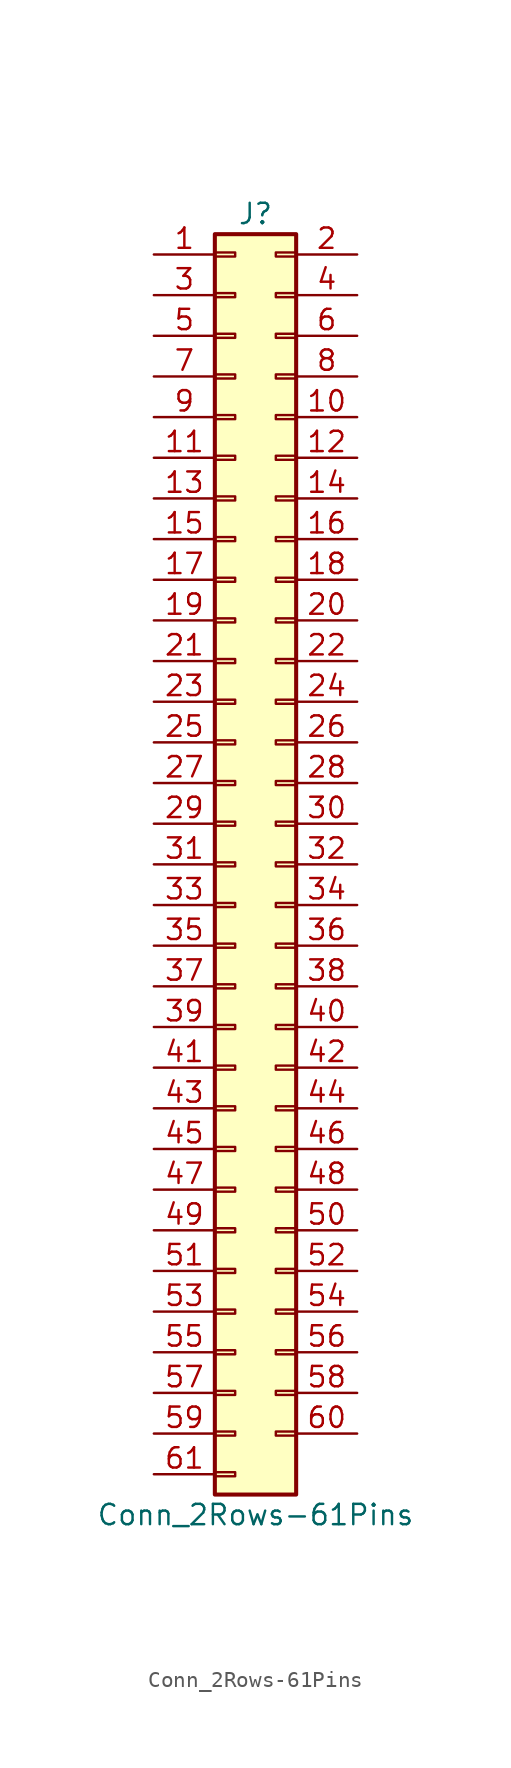
<source format=kicad_sym>
(kicad_symbol_lib
  (version 20201005)
  (generator kicad_symbol_editor)
  (symbol "Connector_Generic:Conn_2Rows-61Pins"
    (pin_names
      (offset 1.016) hide)
    (property "Reference" "J"
      (at 1.27 40.64 0)
      (effects (font (size 1.27 1.27))))
    (property "Value" "Conn_2Rows-61Pins"
      (at 1.27 -40.64 0)
      (effects (font (size 1.27 1.27))))
    (symbol "Conn_2Rows-61Pins_1_1"
      (rectangle (start -1.27 -27.813) (end 0 -28.067) (stroke (width 0.152)) (fill (type none)))
      (rectangle (start -1.27 -30.353) (end 0 -30.607) (stroke (width 0.152)) (fill (type none)))
      (rectangle (start -1.27 -32.893) (end 0 -33.147) (stroke (width 0.152)) (fill (type none)))
      (rectangle (start -1.27 -35.433) (end 0 -35.687) (stroke (width 0.152)) (fill (type none)))
      (rectangle (start -1.27 -37.973) (end 0 -38.227) (stroke (width 0.152)) (fill (type none)))
      (rectangle (start -1.27 -4.953) (end 0 -5.207) (stroke (width 0.152)) (fill (type none)))
      (rectangle (start -1.27 -7.493) (end 0 -7.747) (stroke (width 0.152)) (fill (type none)))
      (rectangle (start -1.27 -10.033) (end 0 -10.287) (stroke (width 0.152)) (fill (type none)))
      (rectangle (start -1.27 -12.573) (end 0 -12.827) (stroke (width 0.152)) (fill (type none)))
      (rectangle (start -1.27 -15.113) (end 0 -15.367) (stroke (width 0.152)) (fill (type none)))
      (rectangle (start -1.27 -17.653) (end 0 -17.907) (stroke (width 0.152)) (fill (type none)))
      (rectangle (start -1.27 -20.193) (end 0 -20.447) (stroke (width 0.152)) (fill (type none)))
      (rectangle (start -1.27 -22.733) (end 0 -22.987) (stroke (width 0.152)) (fill (type none)))
      (rectangle (start -1.27 -2.413) (end 0 -2.667) (stroke (width 0.152)) (fill (type none)))
      (rectangle (start -1.27 -25.273) (end 0 -25.527) (stroke (width 0.152)) (fill (type none)))
      (rectangle (start -1.27 25.527) (end 0 25.273) (stroke (width 0.152)) (fill (type none)))
      (rectangle (start -1.27 2.667) (end 0 2.413) (stroke (width 0.152)) (fill (type none)))
      (rectangle (start -1.27 28.067) (end 0 27.813) (stroke (width 0.152)) (fill (type none)))
      (rectangle (start -1.27 30.607) (end 0 30.353) (stroke (width 0.152)) (fill (type none)))
      (rectangle (start -1.27 33.147) (end 0 32.893) (stroke (width 0.152)) (fill (type none)))
      (rectangle (start -1.27 35.687) (end 0 35.433) (stroke (width 0.152)) (fill (type none)))
      (rectangle (start -1.27 38.227) (end 0 37.973) (stroke (width 0.152)) (fill (type none)))
      (rectangle (start -1.27 39.37) (end 3.81 -39.37) (stroke (width 0.254)) (fill (type background)))
      (rectangle (start -1.27 5.207) (end 0 4.953) (stroke (width 0.152)) (fill (type none)))
      (rectangle (start -1.27 7.747) (end 0 7.493) (stroke (width 0.152)) (fill (type none)))
      (rectangle (start -1.27 10.287) (end 0 10.033) (stroke (width 0.152)) (fill (type none)))
      (rectangle (start -1.27 0.127) (end 0 -0.127) (stroke (width 0.152)) (fill (type none)))
      (rectangle (start -1.27 12.827) (end 0 12.573) (stroke (width 0.152)) (fill (type none)))
      (rectangle (start -1.27 15.367) (end 0 15.113) (stroke (width 0.152)) (fill (type none)))
      (rectangle (start -1.27 17.907) (end 0 17.653) (stroke (width 0.152)) (fill (type none)))
      (rectangle (start -1.27 20.447) (end 0 20.193) (stroke (width 0.152)) (fill (type none)))
      (rectangle (start -1.27 22.987) (end 0 22.733) (stroke (width 0.152)) (fill (type none)))
      (rectangle (start 3.81 -27.813) (end 2.54 -28.067) (stroke (width 0.152)) (fill (type none)))
      (rectangle (start 3.81 -30.353) (end 2.54 -30.607) (stroke (width 0.152)) (fill (type none)))
      (rectangle (start 3.81 -32.893) (end 2.54 -33.147) (stroke (width 0.152)) (fill (type none)))
      (rectangle (start 3.81 -35.433) (end 2.54 -35.687) (stroke (width 0.152)) (fill (type none)))
      (rectangle (start 3.81 -4.953) (end 2.54 -5.207) (stroke (width 0.152)) (fill (type none)))
      (rectangle (start 3.81 -7.493) (end 2.54 -7.747) (stroke (width 0.152)) (fill (type none)))
      (rectangle (start 3.81 -10.033) (end 2.54 -10.287) (stroke (width 0.152)) (fill (type none)))
      (rectangle (start 3.81 -12.573) (end 2.54 -12.827) (stroke (width 0.152)) (fill (type none)))
      (rectangle (start 3.81 -15.113) (end 2.54 -15.367) (stroke (width 0.152)) (fill (type none)))
      (rectangle (start 3.81 -17.653) (end 2.54 -17.907) (stroke (width 0.152)) (fill (type none)))
      (rectangle (start 3.81 -20.193) (end 2.54 -20.447) (stroke (width 0.152)) (fill (type none)))
      (rectangle (start 3.81 -22.733) (end 2.54 -22.987) (stroke (width 0.152)) (fill (type none)))
      (rectangle (start 3.81 -2.413) (end 2.54 -2.667) (stroke (width 0.152)) (fill (type none)))
      (rectangle (start 3.81 -25.273) (end 2.54 -25.527) (stroke (width 0.152)) (fill (type none)))
      (rectangle (start 3.81 25.527) (end 2.54 25.273) (stroke (width 0.152)) (fill (type none)))
      (rectangle (start 3.81 2.667) (end 2.54 2.413) (stroke (width 0.152)) (fill (type none)))
      (rectangle (start 3.81 28.067) (end 2.54 27.813) (stroke (width 0.152)) (fill (type none)))
      (rectangle (start 3.81 30.607) (end 2.54 30.353) (stroke (width 0.152)) (fill (type none)))
      (rectangle (start 3.81 33.147) (end 2.54 32.893) (stroke (width 0.152)) (fill (type none)))
      (rectangle (start 3.81 35.687) (end 2.54 35.433) (stroke (width 0.152)) (fill (type none)))
      (rectangle (start 3.81 38.227) (end 2.54 37.973) (stroke (width 0.152)) (fill (type none)))
      (rectangle (start 3.81 5.207) (end 2.54 4.953) (stroke (width 0.152)) (fill (type none)))
      (rectangle (start 3.81 7.747) (end 2.54 7.493) (stroke (width 0.152)) (fill (type none)))
      (rectangle (start 3.81 10.287) (end 2.54 10.033) (stroke (width 0.152)) (fill (type none)))
      (rectangle (start 3.81 0.127) (end 2.54 -0.127) (stroke (width 0.152)) (fill (type none)))
      (rectangle (start 3.81 12.827) (end 2.54 12.573) (stroke (width 0.152)) (fill (type none)))
      (rectangle (start 3.81 15.367) (end 2.54 15.113) (stroke (width 0.152)) (fill (type none)))
      (rectangle (start 3.81 17.907) (end 2.54 17.653) (stroke (width 0.152)) (fill (type none)))
      (rectangle (start 3.81 20.447) (end 2.54 20.193) (stroke (width 0.152)) (fill (type none)))
      (rectangle (start 3.81 22.987) (end 2.54 22.733) (stroke (width 0.152)) (fill (type none)))
      (pin passive line (at -5.08 38.1 0) (length 3.81) (name "Pin_1" (effects (font (size 1.27 1.27)))) (number "1" (effects (font (size 1.27 1.27)))))
      (pin passive line (at 7.62 27.94 180) (length 3.81) (name "Pin_10" (effects (font (size 1.27 1.27)))) (number "10" (effects (font (size 1.27 1.27)))))
      (pin passive line (at -5.08 25.4 0) (length 3.81) (name "Pin_11" (effects (font (size 1.27 1.27)))) (number "11" (effects (font (size 1.27 1.27)))))
      (pin passive line (at 7.62 25.4 180) (length 3.81) (name "Pin_12" (effects (font (size 1.27 1.27)))) (number "12" (effects (font (size 1.27 1.27)))))
      (pin passive line (at -5.08 22.86 0) (length 3.81) (name "Pin_13" (effects (font (size 1.27 1.27)))) (number "13" (effects (font (size 1.27 1.27)))))
      (pin passive line (at 7.62 22.86 180) (length 3.81) (name "Pin_14" (effects (font (size 1.27 1.27)))) (number "14" (effects (font (size 1.27 1.27)))))
      (pin passive line (at -5.08 20.32 0) (length 3.81) (name "Pin_15" (effects (font (size 1.27 1.27)))) (number "15" (effects (font (size 1.27 1.27)))))
      (pin passive line (at 7.62 20.32 180) (length 3.81) (name "Pin_16" (effects (font (size 1.27 1.27)))) (number "16" (effects (font (size 1.27 1.27)))))
      (pin passive line (at -5.08 17.78 0) (length 3.81) (name "Pin_17" (effects (font (size 1.27 1.27)))) (number "17" (effects (font (size 1.27 1.27)))))
      (pin passive line (at 7.62 17.78 180) (length 3.81) (name "Pin_18" (effects (font (size 1.27 1.27)))) (number "18" (effects (font (size 1.27 1.27)))))
      (pin passive line (at -5.08 15.24 0) (length 3.81) (name "Pin_19" (effects (font (size 1.27 1.27)))) (number "19" (effects (font (size 1.27 1.27)))))
      (pin passive line (at 7.62 38.1 180) (length 3.81) (name "Pin_2" (effects (font (size 1.27 1.27)))) (number "2" (effects (font (size 1.27 1.27)))))
      (pin passive line (at 7.62 15.24 180) (length 3.81) (name "Pin_20" (effects (font (size 1.27 1.27)))) (number "20" (effects (font (size 1.27 1.27)))))
      (pin passive line (at -5.08 12.7 0) (length 3.81) (name "Pin_21" (effects (font (size 1.27 1.27)))) (number "21" (effects (font (size 1.27 1.27)))))
      (pin passive line (at 7.62 12.7 180) (length 3.81) (name "Pin_22" (effects (font (size 1.27 1.27)))) (number "22" (effects (font (size 1.27 1.27)))))
      (pin passive line (at -5.08 10.16 0) (length 3.81) (name "Pin_23" (effects (font (size 1.27 1.27)))) (number "23" (effects (font (size 1.27 1.27)))))
      (pin passive line (at 7.62 10.16 180) (length 3.81) (name "Pin_24" (effects (font (size 1.27 1.27)))) (number "24" (effects (font (size 1.27 1.27)))))
      (pin passive line (at -5.08 7.62 0) (length 3.81) (name "Pin_25" (effects (font (size 1.27 1.27)))) (number "25" (effects (font (size 1.27 1.27)))))
      (pin passive line (at 7.62 7.62 180) (length 3.81) (name "Pin_26" (effects (font (size 1.27 1.27)))) (number "26" (effects (font (size 1.27 1.27)))))
      (pin passive line (at -5.08 5.08 0) (length 3.81) (name "Pin_27" (effects (font (size 1.27 1.27)))) (number "27" (effects (font (size 1.27 1.27)))))
      (pin passive line (at 7.62 5.08 180) (length 3.81) (name "Pin_28" (effects (font (size 1.27 1.27)))) (number "28" (effects (font (size 1.27 1.27)))))
      (pin passive line (at -5.08 2.54 0) (length 3.81) (name "Pin_29" (effects (font (size 1.27 1.27)))) (number "29" (effects (font (size 1.27 1.27)))))
      (pin passive line (at -5.08 35.56 0) (length 3.81) (name "Pin_3" (effects (font (size 1.27 1.27)))) (number "3" (effects (font (size 1.27 1.27)))))
      (pin passive line (at 7.62 2.54 180) (length 3.81) (name "Pin_30" (effects (font (size 1.27 1.27)))) (number "30" (effects (font (size 1.27 1.27)))))
      (pin passive line (at -5.08 0 0) (length 3.81) (name "Pin_31" (effects (font (size 1.27 1.27)))) (number "31" (effects (font (size 1.27 1.27)))))
      (pin passive line (at 7.62 0 180) (length 3.81) (name "Pin_32" (effects (font (size 1.27 1.27)))) (number "32" (effects (font (size 1.27 1.27)))))
      (pin passive line (at -5.08 -2.54 0) (length 3.81) (name "Pin_33" (effects (font (size 1.27 1.27)))) (number "33" (effects (font (size 1.27 1.27)))))
      (pin passive line (at 7.62 -2.54 180) (length 3.81) (name "Pin_34" (effects (font (size 1.27 1.27)))) (number "34" (effects (font (size 1.27 1.27)))))
      (pin passive line (at -5.08 -5.08 0) (length 3.81) (name "Pin_35" (effects (font (size 1.27 1.27)))) (number "35" (effects (font (size 1.27 1.27)))))
      (pin passive line (at 7.62 -5.08 180) (length 3.81) (name "Pin_36" (effects (font (size 1.27 1.27)))) (number "36" (effects (font (size 1.27 1.27)))))
      (pin passive line (at -5.08 -7.62 0) (length 3.81) (name "Pin_37" (effects (font (size 1.27 1.27)))) (number "37" (effects (font (size 1.27 1.27)))))
      (pin passive line (at 7.62 -7.62 180) (length 3.81) (name "Pin_38" (effects (font (size 1.27 1.27)))) (number "38" (effects (font (size 1.27 1.27)))))
      (pin passive line (at -5.08 -10.16 0) (length 3.81) (name "Pin_39" (effects (font (size 1.27 1.27)))) (number "39" (effects (font (size 1.27 1.27)))))
      (pin passive line (at 7.62 35.56 180) (length 3.81) (name "Pin_4" (effects (font (size 1.27 1.27)))) (number "4" (effects (font (size 1.27 1.27)))))
      (pin passive line (at 7.62 -10.16 180) (length 3.81) (name "Pin_40" (effects (font (size 1.27 1.27)))) (number "40" (effects (font (size 1.27 1.27)))))
      (pin passive line (at -5.08 -12.7 0) (length 3.81) (name "Pin_41" (effects (font (size 1.27 1.27)))) (number "41" (effects (font (size 1.27 1.27)))))
      (pin passive line (at 7.62 -12.7 180) (length 3.81) (name "Pin_42" (effects (font (size 1.27 1.27)))) (number "42" (effects (font (size 1.27 1.27)))))
      (pin passive line (at -5.08 -15.24 0) (length 3.81) (name "Pin_43" (effects (font (size 1.27 1.27)))) (number "43" (effects (font (size 1.27 1.27)))))
      (pin passive line (at 7.62 -15.24 180) (length 3.81) (name "Pin_44" (effects (font (size 1.27 1.27)))) (number "44" (effects (font (size 1.27 1.27)))))
      (pin passive line (at -5.08 -17.78 0) (length 3.81) (name "Pin_45" (effects (font (size 1.27 1.27)))) (number "45" (effects (font (size 1.27 1.27)))))
      (pin passive line (at 7.62 -17.78 180) (length 3.81) (name "Pin_46" (effects (font (size 1.27 1.27)))) (number "46" (effects (font (size 1.27 1.27)))))
      (pin passive line (at -5.08 -20.32 0) (length 3.81) (name "Pin_47" (effects (font (size 1.27 1.27)))) (number "47" (effects (font (size 1.27 1.27)))))
      (pin passive line (at 7.62 -20.32 180) (length 3.81) (name "Pin_48" (effects (font (size 1.27 1.27)))) (number "48" (effects (font (size 1.27 1.27)))))
      (pin passive line (at -5.08 -22.86 0) (length 3.81) (name "Pin_49" (effects (font (size 1.27 1.27)))) (number "49" (effects (font (size 1.27 1.27)))))
      (pin passive line (at -5.08 33.02 0) (length 3.81) (name "Pin_5" (effects (font (size 1.27 1.27)))) (number "5" (effects (font (size 1.27 1.27)))))
      (pin passive line (at 7.62 -22.86 180) (length 3.81) (name "Pin_50" (effects (font (size 1.27 1.27)))) (number "50" (effects (font (size 1.27 1.27)))))
      (pin passive line (at -5.08 -25.4 0) (length 3.81) (name "Pin_51" (effects (font (size 1.27 1.27)))) (number "51" (effects (font (size 1.27 1.27)))))
      (pin passive line (at 7.62 -25.4 180) (length 3.81) (name "Pin_52" (effects (font (size 1.27 1.27)))) (number "52" (effects (font (size 1.27 1.27)))))
      (pin passive line (at -5.08 -27.94 0) (length 3.81) (name "Pin_53" (effects (font (size 1.27 1.27)))) (number "53" (effects (font (size 1.27 1.27)))))
      (pin passive line (at 7.62 -27.94 180) (length 3.81) (name "Pin_54" (effects (font (size 1.27 1.27)))) (number "54" (effects (font (size 1.27 1.27)))))
      (pin passive line (at -5.08 -30.48 0) (length 3.81) (name "Pin_55" (effects (font (size 1.27 1.27)))) (number "55" (effects (font (size 1.27 1.27)))))
      (pin passive line (at 7.62 -30.48 180) (length 3.81) (name "Pin_56" (effects (font (size 1.27 1.27)))) (number "56" (effects (font (size 1.27 1.27)))))
      (pin passive line (at -5.08 -33.02 0) (length 3.81) (name "Pin_57" (effects (font (size 1.27 1.27)))) (number "57" (effects (font (size 1.27 1.27)))))
      (pin passive line (at 7.62 -33.02 180) (length 3.81) (name "Pin_58" (effects (font (size 1.27 1.27)))) (number "58" (effects (font (size 1.27 1.27)))))
      (pin passive line (at -5.08 -35.56 0) (length 3.81) (name "Pin_59" (effects (font (size 1.27 1.27)))) (number "59" (effects (font (size 1.27 1.27)))))
      (pin passive line (at 7.62 33.02 180) (length 3.81) (name "Pin_6" (effects (font (size 1.27 1.27)))) (number "6" (effects (font (size 1.27 1.27)))))
      (pin passive line (at 7.62 -35.56 180) (length 3.81) (name "Pin_60" (effects (font (size 1.27 1.27)))) (number "60" (effects (font (size 1.27 1.27)))))
      (pin passive line (at -5.08 -38.1 0) (length 3.81) (name "Pin_61" (effects (font (size 1.27 1.27)))) (number "61" (effects (font (size 1.27 1.27)))))
      (pin passive line (at -5.08 30.48 0) (length 3.81) (name "Pin_7" (effects (font (size 1.27 1.27)))) (number "7" (effects (font (size 1.27 1.27)))))
      (pin passive line (at 7.62 30.48 180) (length 3.81) (name "Pin_8" (effects (font (size 1.27 1.27)))) (number "8" (effects (font (size 1.27 1.27)))))
      (pin passive line (at -5.08 27.94 0) (length 3.81) (name "Pin_9" (effects (font (size 1.27 1.27)))) (number "9" (effects (font (size 1.27 1.27))))))))
</source>
